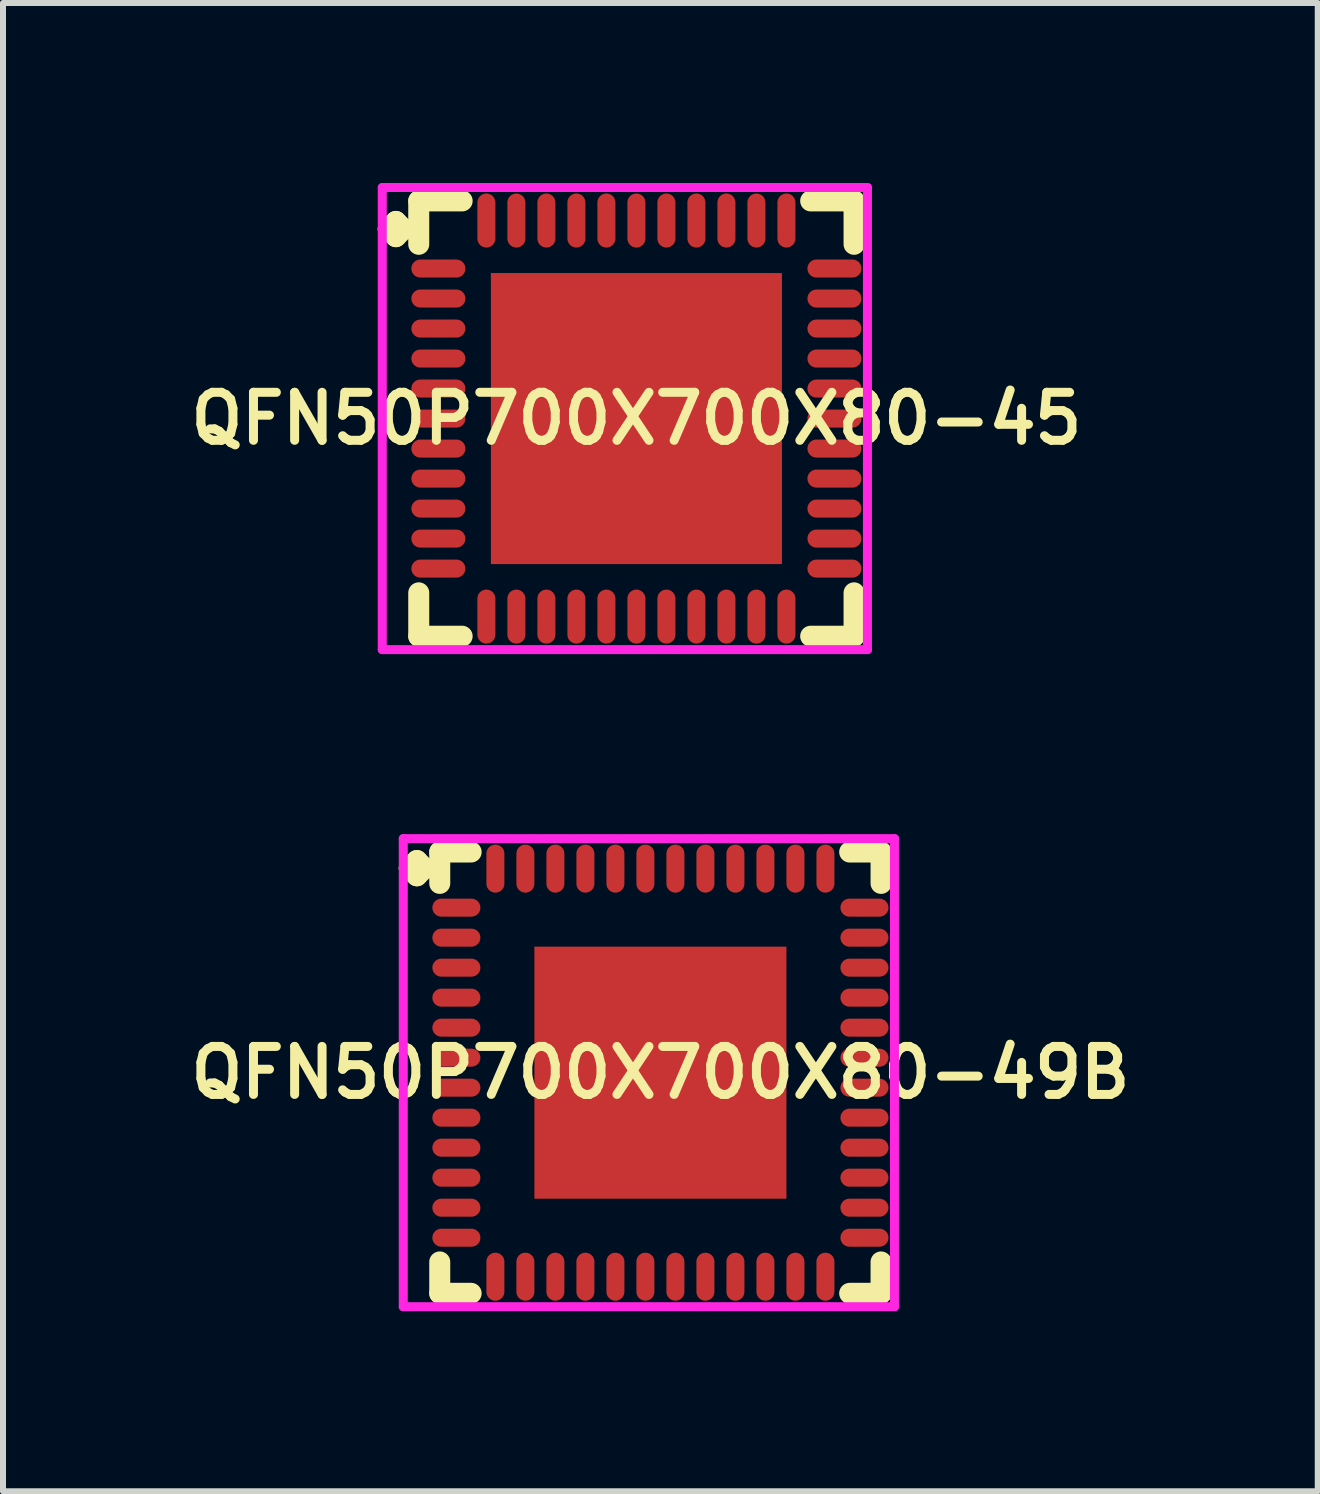
<source format=kicad_pcb>
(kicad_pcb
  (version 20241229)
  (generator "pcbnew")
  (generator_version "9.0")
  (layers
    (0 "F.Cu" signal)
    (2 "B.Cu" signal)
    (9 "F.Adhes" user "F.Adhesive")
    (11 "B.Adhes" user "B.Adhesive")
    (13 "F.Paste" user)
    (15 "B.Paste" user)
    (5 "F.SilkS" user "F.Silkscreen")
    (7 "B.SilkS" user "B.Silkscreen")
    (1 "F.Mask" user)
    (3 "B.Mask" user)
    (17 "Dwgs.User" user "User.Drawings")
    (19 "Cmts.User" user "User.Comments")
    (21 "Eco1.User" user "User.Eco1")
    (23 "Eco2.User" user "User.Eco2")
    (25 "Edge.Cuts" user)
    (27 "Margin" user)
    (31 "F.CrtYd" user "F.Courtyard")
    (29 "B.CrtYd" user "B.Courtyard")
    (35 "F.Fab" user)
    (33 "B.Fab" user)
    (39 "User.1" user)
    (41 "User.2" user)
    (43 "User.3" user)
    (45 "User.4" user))
  (footprint "QFN50P700X700X80-45"
    (layer "F.Cu")
    (at 7.555 3.925)
    (property "Reference" "QFN50P700X700X80-45" (at 0 0 0) (layer "F.SilkS") (effects (font (size 0.8 0.8) (thickness 0.15))))
    (attr through_hole)
    (fp_line (start -4.135 -3.158) (end -4.008 -3.285) (stroke (width 0.35) (type solid)) (layer "F.SilkS"))
    (fp_line (start -4.008 -3.285) (end -3.881 -3.158) (stroke (width 0.35) (type solid)) (layer "F.SilkS"))
    (fp_line (start -4.008 -3.031) (end -4.135 -3.158) (stroke (width 0.35) (type solid)) (layer "F.SilkS"))
    (fp_line (start -3.881 -3.158) (end -4.008 -3.031) (stroke (width 0.35) (type solid)) (layer "F.SilkS"))
    (fp_line (start -3.627 -3.627) (end -2.904 -3.627) (stroke (width 0.35) (type solid)) (layer "F.SilkS"))
    (fp_line (start -3.627 -2.904) (end -3.627 -3.627) (stroke (width 0.35) (type solid)) (layer "F.SilkS"))
    (fp_line (start -3.627 2.904) (end -3.627 3.627) (stroke (width 0.35) (type solid)) (layer "F.SilkS"))
    (fp_line (start -3.627 3.627) (end -2.904 3.627) (stroke (width 0.35) (type solid)) (layer "F.SilkS"))
    (fp_line (start 2.904 -3.627) (end 3.627 -3.627) (stroke (width 0.35) (type solid)) (layer "F.SilkS"))
    (fp_line (start 2.904 3.627) (end 3.627 3.627) (stroke (width 0.35) (type solid)) (layer "F.SilkS"))
    (fp_line (start 3.627 -3.627) (end 3.627 -2.904) (stroke (width 0.35) (type solid)) (layer "F.SilkS"))
    (fp_line (start 3.627 3.627) (end 3.627 2.904) (stroke (width 0.35) (type solid)) (layer "F.SilkS"))
    (fp_line (start -4.235 -3.85) (end 3.85 -3.85) (stroke (width 0.15) (type solid)) (layer "F.CrtYd"))
    (fp_line (start -4.235 3.85) (end -4.235 -3.85) (stroke (width 0.15) (type solid)) (layer "F.CrtYd"))
    (fp_line (start 3.85 -3.85) (end 3.85 3.85) (stroke (width 0.15) (type solid)) (layer "F.CrtYd"))
    (fp_line (start 3.85 3.85) (end -4.235 3.85) (stroke (width 0.15) (type solid)) (layer "F.CrtYd"))
    (pad "1" smd oval (at -3.3 -2.5) (size 0.9 0.3) (layers "F.Cu" "F.Mask" "F.Paste"))
    (pad "2" smd oval (at -3.3 -2) (size 0.9 0.3) (layers "F.Cu" "F.Mask" "F.Paste"))
    (pad "3" smd oval (at -3.3 -1.5) (size 0.9 0.3) (layers "F.Cu" "F.Mask" "F.Paste"))
    (pad "4" smd oval (at -3.3 -1) (size 0.9 0.3) (layers "F.Cu" "F.Mask" "F.Paste"))
    (pad "5" smd oval (at -3.3 -0.5) (size 0.9 0.3) (layers "F.Cu" "F.Mask" "F.Paste"))
    (pad "6" smd oval (at -3.3 0) (size 0.9 0.3) (layers "F.Cu" "F.Mask" "F.Paste"))
    (pad "7" smd oval (at -3.3 0.5) (size 0.9 0.3) (layers "F.Cu" "F.Mask" "F.Paste"))
    (pad "8" smd oval (at -3.3 1) (size 0.9 0.3) (layers "F.Cu" "F.Mask" "F.Paste"))
    (pad "9" smd oval (at -3.3 1.5) (size 0.9 0.3) (layers "F.Cu" "F.Mask" "F.Paste"))
    (pad "10" smd oval (at -3.3 2) (size 0.9 0.3) (layers "F.Cu" "F.Mask" "F.Paste"))
    (pad "11" smd oval (at -3.3 2.5) (size 0.9 0.3) (layers "F.Cu" "F.Mask" "F.Paste"))
    (pad "12" smd oval (at -2.5 3.3) (size 0.3 0.9) (layers "F.Cu" "F.Mask" "F.Paste"))
    (pad "13" smd oval (at -2 3.3) (size 0.3 0.9) (layers "F.Cu" "F.Mask" "F.Paste"))
    (pad "14" smd oval (at -1.5 3.3) (size 0.3 0.9) (layers "F.Cu" "F.Mask" "F.Paste"))
    (pad "15" smd oval (at -1 3.3) (size 0.3 0.9) (layers "F.Cu" "F.Mask" "F.Paste"))
    (pad "16" smd oval (at -0.5 3.3) (size 0.3 0.9) (layers "F.Cu" "F.Mask" "F.Paste"))
    (pad "17" smd oval (at 0 3.3) (size 0.3 0.9) (layers "F.Cu" "F.Mask" "F.Paste"))
    (pad "18" smd oval (at 0.5 3.3) (size 0.3 0.9) (layers "F.Cu" "F.Mask" "F.Paste"))
    (pad "19" smd oval (at 1 3.3) (size 0.3 0.9) (layers "F.Cu" "F.Mask" "F.Paste"))
    (pad "20" smd oval (at 1.5 3.3) (size 0.3 0.9) (layers "F.Cu" "F.Mask" "F.Paste"))
    (pad "21" smd oval (at 2 3.3) (size 0.3 0.9) (layers "F.Cu" "F.Mask" "F.Paste"))
    (pad "22" smd oval (at 2.5 3.3) (size 0.3 0.9) (layers "F.Cu" "F.Mask" "F.Paste"))
    (pad "23" smd oval (at 3.3 2.5) (size 0.9 0.3) (layers "F.Cu" "F.Mask" "F.Paste"))
    (pad "24" smd oval (at 3.3 2) (size 0.9 0.3) (layers "F.Cu" "F.Mask" "F.Paste"))
    (pad "25" smd oval (at 3.3 1.5) (size 0.9 0.3) (layers "F.Cu" "F.Mask" "F.Paste"))
    (pad "26" smd oval (at 3.3 1) (size 0.9 0.3) (layers "F.Cu" "F.Mask" "F.Paste"))
    (pad "27" smd oval (at 3.3 0.5) (size 0.9 0.3) (layers "F.Cu" "F.Mask" "F.Paste"))
    (pad "28" smd oval (at 3.3 0) (size 0.9 0.3) (layers "F.Cu" "F.Mask" "F.Paste"))
    (pad "29" smd oval (at 3.3 -0.5) (size 0.9 0.3) (layers "F.Cu" "F.Mask" "F.Paste"))
    (pad "30" smd oval (at 3.3 -1) (size 0.9 0.3) (layers "F.Cu" "F.Mask" "F.Paste"))
    (pad "31" smd oval (at 3.3 -1.5) (size 0.9 0.3) (layers "F.Cu" "F.Mask" "F.Paste"))
    (pad "32" smd oval (at 3.3 -2) (size 0.9 0.3) (layers "F.Cu" "F.Mask" "F.Paste"))
    (pad "33" smd oval (at 3.3 -2.5) (size 0.9 0.3) (layers "F.Cu" "F.Mask" "F.Paste"))
    (pad "34" smd oval (at 2.5 -3.3) (size 0.3 0.9) (layers "F.Cu" "F.Mask" "F.Paste"))
    (pad "35" smd oval (at 2 -3.3) (size 0.3 0.9) (layers "F.Cu" "F.Mask" "F.Paste"))
    (pad "36" smd oval (at 1.5 -3.3) (size 0.3 0.9) (layers "F.Cu" "F.Mask" "F.Paste"))
    (pad "37" smd oval (at 1 -3.3) (size 0.3 0.9) (layers "F.Cu" "F.Mask" "F.Paste"))
    (pad "38" smd oval (at 0.5 -3.3) (size 0.3 0.9) (layers "F.Cu" "F.Mask" "F.Paste"))
    (pad "39" smd oval (at 0 -3.3) (size 0.3 0.9) (layers "F.Cu" "F.Mask" "F.Paste"))
    (pad "40" smd oval (at -0.5 -3.3) (size 0.3 0.9) (layers "F.Cu" "F.Mask" "F.Paste"))
    (pad "41" smd oval (at -1 -3.3) (size 0.3 0.9) (layers "F.Cu" "F.Mask" "F.Paste"))
    (pad "42" smd oval (at -1.5 -3.3) (size 0.3 0.9) (layers "F.Cu" "F.Mask" "F.Paste"))
    (pad "43" smd oval (at -2 -3.3) (size 0.3 0.9) (layers "F.Cu" "F.Mask" "F.Paste"))
    (pad "44" smd oval (at -2.5 -3.3) (size 0.3 0.9) (layers "F.Cu" "F.Mask" "F.Paste"))
    (pad "45" smd rect (at 0 0) (size 4.85 4.85) (layers "F.Cu" "F.Mask" "F.Paste")))
  (footprint "QFN50P700X700X80-49B"
    (layer "F.Cu")
    (at 7.955 14.825)
    (property "Reference" "QFN50P700X700X80-49B" (at 0 0 0) (layer "F.SilkS") (effects (font (size 0.8 0.8) (thickness 0.15))))
    (attr smd)
    (fp_line (start -4.185 -3.408) (end -4.058 -3.535) (stroke (width 0.35) (type solid)) (layer "F.SilkS"))
    (fp_line (start -4.058 -3.535) (end -3.931 -3.408) (stroke (width 0.35) (type solid)) (layer "F.SilkS"))
    (fp_line (start -4.058 -3.281) (end -4.185 -3.408) (stroke (width 0.35) (type solid)) (layer "F.SilkS"))
    (fp_line (start -3.931 -3.408) (end -4.058 -3.281) (stroke (width 0.35) (type solid)) (layer "F.SilkS"))
    (fp_line (start -3.677 -3.677) (end -3.154 -3.677) (stroke (width 0.35) (type solid)) (layer "F.SilkS"))
    (fp_line (start -3.677 -3.154) (end -3.677 -3.677) (stroke (width 0.35) (type solid)) (layer "F.SilkS"))
    (fp_line (start -3.677 3.154) (end -3.677 3.677) (stroke (width 0.35) (type solid)) (layer "F.SilkS"))
    (fp_line (start -3.677 3.677) (end -3.154 3.677) (stroke (width 0.35) (type solid)) (layer "F.SilkS"))
    (fp_line (start 3.154 -3.677) (end 3.677 -3.677) (stroke (width 0.35) (type solid)) (layer "F.SilkS"))
    (fp_line (start 3.154 3.677) (end 3.677 3.677) (stroke (width 0.35) (type solid)) (layer "F.SilkS"))
    (fp_line (start 3.677 -3.677) (end 3.677 -3.154) (stroke (width 0.35) (type solid)) (layer "F.SilkS"))
    (fp_line (start 3.677 3.677) (end 3.677 3.154) (stroke (width 0.35) (type solid)) (layer "F.SilkS"))
    (fp_line (start -4.285 -3.9) (end 3.9 -3.9) (stroke (width 0.15) (type solid)) (layer "F.CrtYd"))
    (fp_line (start -4.285 3.9) (end -4.285 -3.9) (stroke (width 0.15) (type solid)) (layer "F.CrtYd"))
    (fp_line (start 3.9 -3.9) (end 3.9 3.9) (stroke (width 0.15) (type solid)) (layer "F.CrtYd"))
    (fp_line (start 3.9 3.9) (end -4.285 3.9) (stroke (width 0.15) (type solid)) (layer "F.CrtYd"))
    (pad "1" smd oval (at -3.4 -2.75) (size 0.8 0.3) (layers "F.Cu" "F.Mask" "F.Paste"))
    (pad "2" smd oval (at -3.4 -2.25) (size 0.8 0.3) (layers "F.Cu" "F.Mask" "F.Paste"))
    (pad "3" smd oval (at -3.4 -1.75) (size 0.8 0.3) (layers "F.Cu" "F.Mask" "F.Paste"))
    (pad "4" smd oval (at -3.4 -1.25) (size 0.8 0.3) (layers "F.Cu" "F.Mask" "F.Paste"))
    (pad "5" smd oval (at -3.4 -0.75) (size 0.8 0.3) (layers "F.Cu" "F.Mask" "F.Paste"))
    (pad "6" smd oval (at -3.4 -0.25) (size 0.8 0.3) (layers "F.Cu" "F.Mask" "F.Paste"))
    (pad "7" smd oval (at -3.4 0.25) (size 0.8 0.3) (layers "F.Cu" "F.Mask" "F.Paste"))
    (pad "8" smd oval (at -3.4 0.75) (size 0.8 0.3) (layers "F.Cu" "F.Mask" "F.Paste"))
    (pad "9" smd oval (at -3.4 1.25) (size 0.8 0.3) (layers "F.Cu" "F.Mask" "F.Paste"))
    (pad "10" smd oval (at -3.4 1.75) (size 0.8 0.3) (layers "F.Cu" "F.Mask" "F.Paste"))
    (pad "11" smd oval (at -3.4 2.25) (size 0.8 0.3) (layers "F.Cu" "F.Mask" "F.Paste"))
    (pad "12" smd oval (at -3.4 2.75) (size 0.8 0.3) (layers "F.Cu" "F.Mask" "F.Paste"))
    (pad "13" smd oval (at -2.75 3.4) (size 0.3 0.8) (layers "F.Cu" "F.Mask" "F.Paste"))
    (pad "14" smd oval (at -2.25 3.4) (size 0.3 0.8) (layers "F.Cu" "F.Mask" "F.Paste"))
    (pad "15" smd oval (at -1.75 3.4) (size 0.3 0.8) (layers "F.Cu" "F.Mask" "F.Paste"))
    (pad "16" smd oval (at -1.25 3.4) (size 0.3 0.8) (layers "F.Cu" "F.Mask" "F.Paste"))
    (pad "17" smd oval (at -0.75 3.4) (size 0.3 0.8) (layers "F.Cu" "F.Mask" "F.Paste"))
    (pad "18" smd oval (at -0.25 3.4) (size 0.3 0.8) (layers "F.Cu" "F.Mask" "F.Paste"))
    (pad "19" smd oval (at 0.25 3.4) (size 0.3 0.8) (layers "F.Cu" "F.Mask" "F.Paste"))
    (pad "20" smd oval (at 0.75 3.4) (size 0.3 0.8) (layers "F.Cu" "F.Mask" "F.Paste"))
    (pad "21" smd oval (at 1.25 3.4) (size 0.3 0.8) (layers "F.Cu" "F.Mask" "F.Paste"))
    (pad "22" smd oval (at 1.75 3.4) (size 0.3 0.8) (layers "F.Cu" "F.Mask" "F.Paste"))
    (pad "23" smd oval (at 2.25 3.4) (size 0.3 0.8) (layers "F.Cu" "F.Mask" "F.Paste"))
    (pad "24" smd oval (at 2.75 3.4) (size 0.3 0.8) (layers "F.Cu" "F.Mask" "F.Paste"))
    (pad "25" smd oval (at 3.4 2.75) (size 0.8 0.3) (layers "F.Cu" "F.Mask" "F.Paste"))
    (pad "26" smd oval (at 3.4 2.25) (size 0.8 0.3) (layers "F.Cu" "F.Mask" "F.Paste"))
    (pad "27" smd oval (at 3.4 1.75) (size 0.8 0.3) (layers "F.Cu" "F.Mask" "F.Paste"))
    (pad "28" smd oval (at 3.4 1.25) (size 0.8 0.3) (layers "F.Cu" "F.Mask" "F.Paste"))
    (pad "29" smd oval (at 3.4 0.75) (size 0.8 0.3) (layers "F.Cu" "F.Mask" "F.Paste"))
    (pad "30" smd oval (at 3.4 0.25) (size 0.8 0.3) (layers "F.Cu" "F.Mask" "F.Paste"))
    (pad "31" smd oval (at 3.4 -0.25) (size 0.8 0.3) (layers "F.Cu" "F.Mask" "F.Paste"))
    (pad "32" smd oval (at 3.4 -0.75) (size 0.8 0.3) (layers "F.Cu" "F.Mask" "F.Paste"))
    (pad "33" smd oval (at 3.4 -1.25) (size 0.8 0.3) (layers "F.Cu" "F.Mask" "F.Paste"))
    (pad "34" smd oval (at 3.4 -1.75) (size 0.8 0.3) (layers "F.Cu" "F.Mask" "F.Paste"))
    (pad "35" smd oval (at 3.4 -2.25) (size 0.8 0.3) (layers "F.Cu" "F.Mask" "F.Paste"))
    (pad "36" smd oval (at 3.4 -2.75) (size 0.8 0.3) (layers "F.Cu" "F.Mask" "F.Paste"))
    (pad "37" smd oval (at 2.75 -3.4) (size 0.3 0.8) (layers "F.Cu" "F.Mask" "F.Paste"))
    (pad "38" smd oval (at 2.25 -3.4) (size 0.3 0.8) (layers "F.Cu" "F.Mask" "F.Paste"))
    (pad "39" smd oval (at 1.75 -3.4) (size 0.3 0.8) (layers "F.Cu" "F.Mask" "F.Paste"))
    (pad "40" smd oval (at 1.25 -3.4) (size 0.3 0.8) (layers "F.Cu" "F.Mask" "F.Paste"))
    (pad "41" smd oval (at 0.75 -3.4) (size 0.3 0.8) (layers "F.Cu" "F.Mask" "F.Paste"))
    (pad "42" smd oval (at 0.25 -3.4) (size 0.3 0.8) (layers "F.Cu" "F.Mask" "F.Paste"))
    (pad "43" smd oval (at -0.25 -3.4) (size 0.3 0.8) (layers "F.Cu" "F.Mask" "F.Paste"))
    (pad "44" smd oval (at -0.75 -3.4) (size 0.3 0.8) (layers "F.Cu" "F.Mask" "F.Paste"))
    (pad "45" smd oval (at -1.25 -3.4) (size 0.3 0.8) (layers "F.Cu" "F.Mask" "F.Paste"))
    (pad "46" smd oval (at -1.75 -3.4) (size 0.3 0.8) (layers "F.Cu" "F.Mask" "F.Paste"))
    (pad "47" smd oval (at -2.25 -3.4) (size 0.3 0.8) (layers "F.Cu" "F.Mask" "F.Paste"))
    (pad "48" smd oval (at -2.75 -3.4) (size 0.3 0.8) (layers "F.Cu" "F.Mask" "F.Paste"))
    (pad "49" smd rect (at 0 0) (size 4.2 4.2) (layers "F.Cu" "F.Mask" "F.Paste")))
  (gr_rect
    (start -3 -3)
    (end 18.909 21.8)
    (stroke (width 0.1) (type default))
    (fill no)
    (layer "Edge.Cuts")))
</source>
